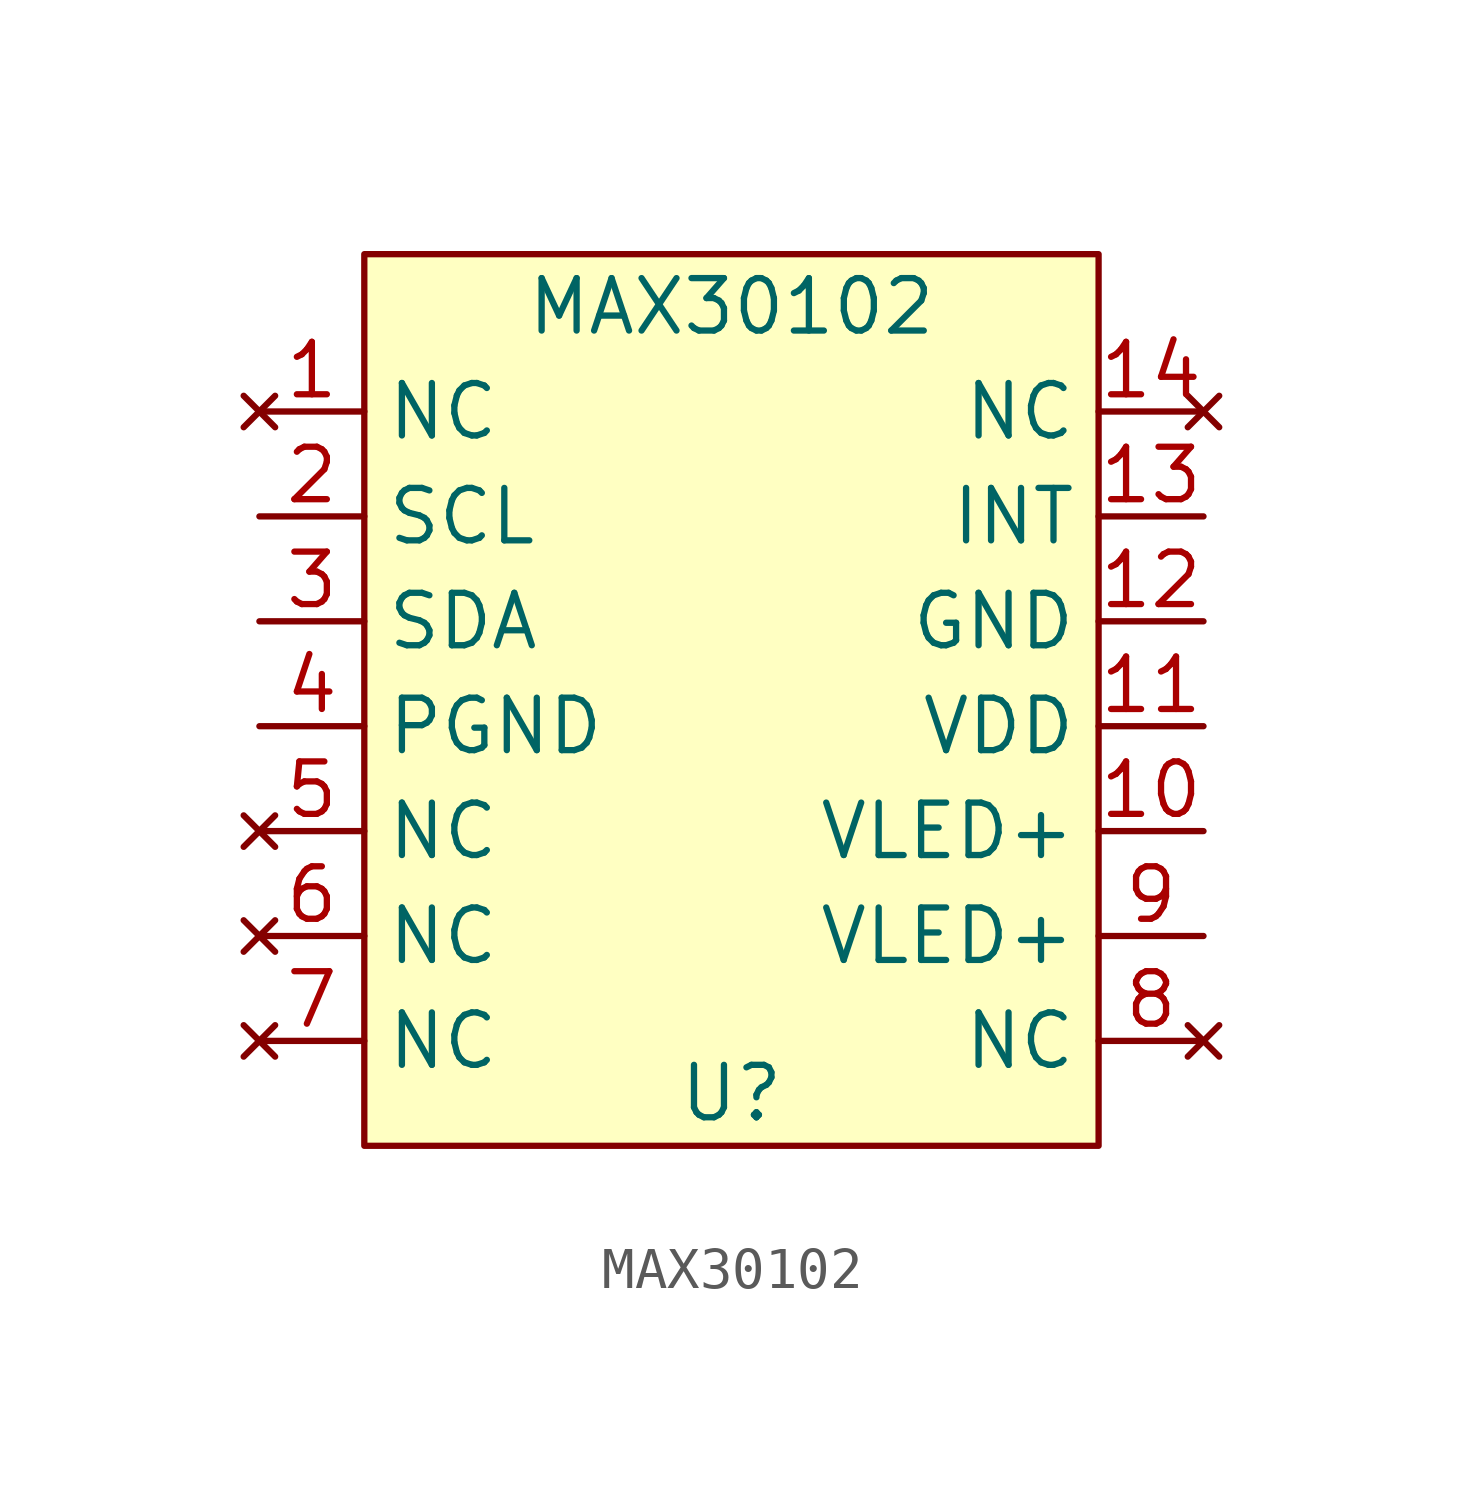
<source format=kicad_sym>
(kicad_symbol_lib
  (version 20211014)
  (generator kicad_symbol_editor)
  (symbol "MAX30102"
    (property "Reference" "U"
      (at 0 -10.16 0)
      (effects (font (size 1.27 1.27))))
    (property "Value" "MAX30102"
      (at 0 8.89 0)
      (effects (font (size 1.27 1.27))))
    (symbol "MAX30102_0_1"
      (rectangle (start -8.89 10.16) (end 8.89 -11.43) (stroke (width 0) (type default) (color 0 0 0 0)) (fill (type background))))
    (symbol "MAX30102_1_1"
      (pin no_connect line (at -11.43 6.35 0) (length 2.54) (name "NC" (effects (font (size 1.27 1.27)))) (number "1" (effects (font (size 1.27 1.27)))))
      (pin free line (at 11.43 -3.81 180) (length 2.54) (name "VLED+" (effects (font (size 1.27 1.27)))) (number "10" (effects (font (size 1.27 1.27)))))
      (pin free line (at 11.43 -1.27 180) (length 2.54) (name "VDD" (effects (font (size 1.27 1.27)))) (number "11" (effects (font (size 1.27 1.27)))))
      (pin free line (at 11.43 1.27 180) (length 2.54) (name "GND" (effects (font (size 1.27 1.27)))) (number "12" (effects (font (size 1.27 1.27)))))
      (pin free line (at 11.43 3.81 180) (length 2.54) (name "INT" (effects (font (size 1.27 1.27)))) (number "13" (effects (font (size 1.27 1.27)))))
      (pin no_connect line (at 11.43 6.35 180) (length 2.54) (name "NC" (effects (font (size 1.27 1.27)))) (number "14" (effects (font (size 1.27 1.27)))))
      (pin free line (at -11.43 3.81 0) (length 2.54) (name "SCL" (effects (font (size 1.27 1.27)))) (number "2" (effects (font (size 1.27 1.27)))))
      (pin free line (at -11.43 1.27 0) (length 2.54) (name "SDA" (effects (font (size 1.27 1.27)))) (number "3" (effects (font (size 1.27 1.27)))))
      (pin free line (at -11.43 -1.27 0) (length 2.54) (name "PGND" (effects (font (size 1.27 1.27)))) (number "4" (effects (font (size 1.27 1.27)))))
      (pin no_connect line (at -11.43 -3.81 0) (length 2.54) (name "NC" (effects (font (size 1.27 1.27)))) (number "5" (effects (font (size 1.27 1.27)))))
      (pin no_connect line (at -11.43 -6.35 0) (length 2.54) (name "NC" (effects (font (size 1.27 1.27)))) (number "6" (effects (font (size 1.27 1.27)))))
      (pin no_connect line (at -11.43 -8.89 0) (length 2.54) (name "NC" (effects (font (size 1.27 1.27)))) (number "7" (effects (font (size 1.27 1.27)))))
      (pin no_connect line (at 11.43 -8.89 180) (length 2.54) (name "NC" (effects (font (size 1.27 1.27)))) (number "8" (effects (font (size 1.27 1.27)))))
      (pin free line (at 11.43 -6.35 180) (length 2.54) (name "VLED+" (effects (font (size 1.27 1.27)))) (number "9" (effects (font (size 1.27 1.27))))))))
</source>
